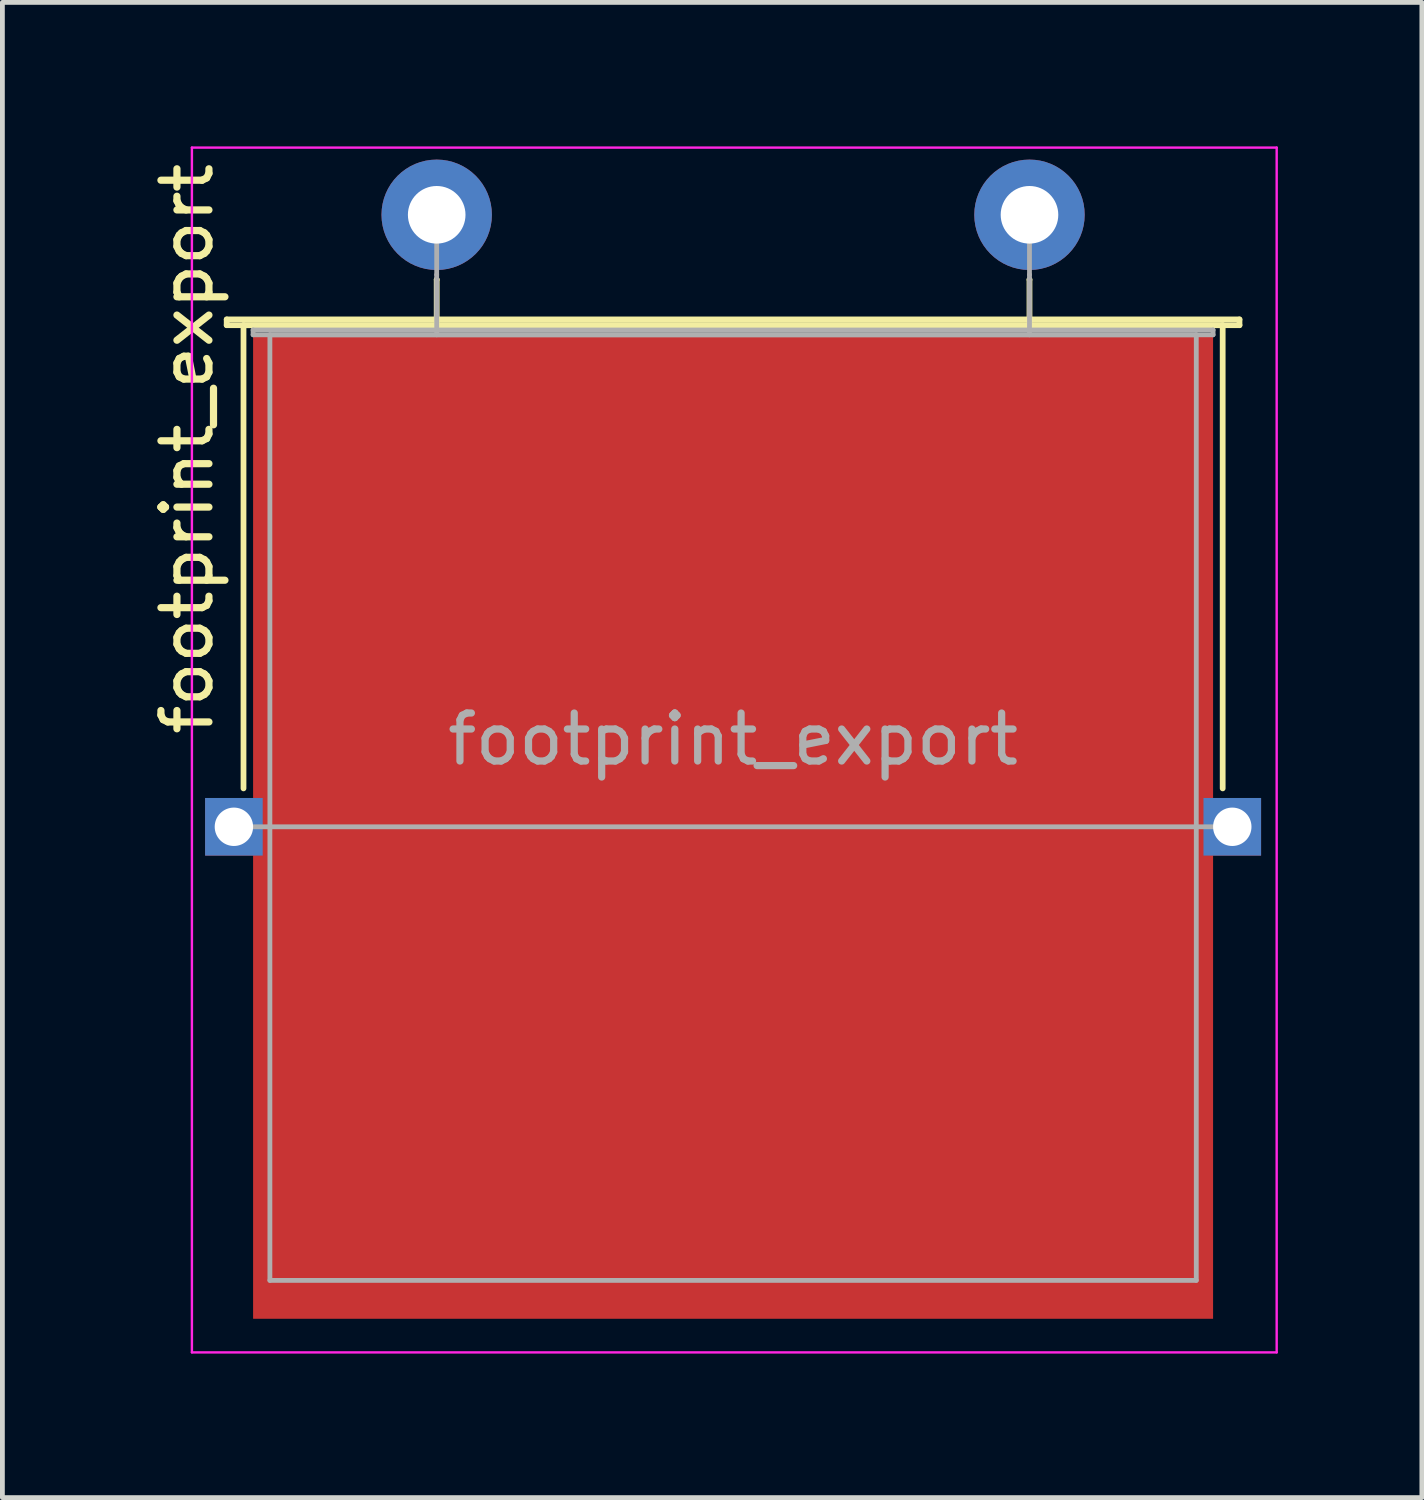
<source format=kicad_pcb>
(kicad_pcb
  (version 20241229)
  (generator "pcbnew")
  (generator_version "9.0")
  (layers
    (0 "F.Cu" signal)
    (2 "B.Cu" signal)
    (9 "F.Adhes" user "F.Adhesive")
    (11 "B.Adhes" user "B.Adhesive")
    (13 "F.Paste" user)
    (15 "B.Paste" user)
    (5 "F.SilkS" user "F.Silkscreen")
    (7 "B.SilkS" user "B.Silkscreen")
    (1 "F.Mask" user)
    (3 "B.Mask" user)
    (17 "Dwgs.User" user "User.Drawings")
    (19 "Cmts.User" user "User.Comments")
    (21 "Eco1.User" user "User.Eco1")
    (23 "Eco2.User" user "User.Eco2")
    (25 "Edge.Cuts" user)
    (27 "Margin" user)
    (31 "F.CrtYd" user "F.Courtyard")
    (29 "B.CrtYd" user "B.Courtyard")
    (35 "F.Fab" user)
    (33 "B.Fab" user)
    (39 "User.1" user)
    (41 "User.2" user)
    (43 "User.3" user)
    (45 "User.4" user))
  (footprint "footprint_export"
    (layer "F.Cu")
    (at 6.048 1.425)
    (property "Reference" "footprint_export" (at -5.2 4.875 90) (layer "F.SilkS") (effects (font (size 1 1) (thickness 0.15))))
    (attr through_hole)
    (fp_line (start -4.375 2.18) (end 16.725 2.18) (stroke (width 0.12) (type solid)) (layer "F.SilkS"))
    (fp_line (start -4.375 2.3) (end -4.375 2.18) (stroke (width 0.12) (type solid)) (layer "F.SilkS"))
    (fp_line (start -4.025 2.3) (end 16.375 2.3) (stroke (width 0.12) (type solid)) (layer "F.SilkS"))
    (fp_line (start -4.025 11.95) (end -4.025 2.3) (stroke (width 0.12) (type solid)) (layer "F.SilkS"))
    (fp_line (start 0 1.35) (end 0 1.35) (stroke (width 0.12) (type solid)) (layer "F.SilkS"))
    (fp_line (start 0 2.3) (end 0 1.35) (stroke (width 0.12) (type solid)) (layer "F.SilkS"))
    (fp_line (start 12.35 1.35) (end 12.35 1.35) (stroke (width 0.12) (type solid)) (layer "F.SilkS"))
    (fp_line (start 12.35 2.3) (end 12.35 1.35) (stroke (width 0.12) (type solid)) (layer "F.SilkS"))
    (fp_line (start 16.375 2.3) (end 16.375 11.95) (stroke (width 0.12) (type solid)) (layer "F.SilkS"))
    (fp_line (start 16.725 2.18) (end 16.725 2.3) (stroke (width 0.12) (type solid)) (layer "F.SilkS"))
    (fp_line (start 16.725 2.3) (end -4.375 2.3) (stroke (width 0.12) (type solid)) (layer "F.SilkS"))
    (fp_line (start -5.1 -1.4) (end -5.1 23.7) (stroke (width 0.05) (type solid)) (layer "F.CrtYd"))
    (fp_line (start -5.1 23.7) (end 17.5 23.7) (stroke (width 0.05) (type solid)) (layer "F.CrtYd"))
    (fp_line (start 17.5 -1.4) (end -5.1 -1.4) (stroke (width 0.05) (type solid)) (layer "F.CrtYd"))
    (fp_line (start 17.5 23.7) (end 17.5 -1.4) (stroke (width 0.05) (type solid)) (layer "F.CrtYd"))
    (fp_line (start -4.225 12.75) (end 16.575 12.75) (stroke (width 0.1) (type solid)) (layer "F.Fab"))
    (fp_line (start -3.825 2.4) (end 16.175 2.4) (stroke (width 0.1) (type solid)) (layer "F.Fab"))
    (fp_line (start -3.825 2.5) (end -3.825 2.4) (stroke (width 0.1) (type solid)) (layer "F.Fab"))
    (fp_line (start -3.475 2.5) (end -3.475 22.2) (stroke (width 0.1) (type solid)) (layer "F.Fab"))
    (fp_line (start -3.475 22.2) (end 15.825 22.2) (stroke (width 0.1) (type solid)) (layer "F.Fab"))
    (fp_line (start 0 1.25) (end 0 0) (stroke (width 0.1) (type solid)) (layer "F.Fab"))
    (fp_line (start 0 2.5) (end 0 1.25) (stroke (width 0.1) (type solid)) (layer "F.Fab"))
    (fp_line (start 12.35 1.25) (end 12.35 0) (stroke (width 0.1) (type solid)) (layer "F.Fab"))
    (fp_line (start 12.35 2.5) (end 12.35 1.25) (stroke (width 0.1) (type solid)) (layer "F.Fab"))
    (fp_line (start 15.825 2.5) (end -3.475 2.5) (stroke (width 0.1) (type solid)) (layer "F.Fab"))
    (fp_line (start 15.825 22.2) (end 15.825 2.5) (stroke (width 0.1) (type solid)) (layer "F.Fab"))
    (fp_line (start 16.175 2.4) (end 16.175 2.5) (stroke (width 0.1) (type solid)) (layer "F.Fab"))
    (fp_line (start 16.175 2.5) (end -3.825 2.5) (stroke (width 0.1) (type solid)) (layer "F.Fab"))
    (fp_text user "${REFERENCE}" (at 6.175 10.925 0) (layer "F.Fab") (effects (font (size 1 1) (thickness 0.15))))
    (pad "1" thru_hole circle (at 0 0) (size 2.3 2.3) (drill 1.2) (layers "*.Cu" "*.Mask"))
    (pad "2" thru_hole circle (at 12.35 0) (size 2.3 2.3) (drill 1.2) (layers "*.Cu" "*.Mask"))
    (pad "3" thru_hole rect (at -4.225 12.75) (size 1.2 1.2) (drill 0.8) (layers "*.Cu" "*.Mask"))
    (pad "3" smd rect (at 6.175 12.75) (size 20 20.5) (layers "F.Cu" "F.Mask" "F.Paste"))
    (pad "3" thru_hole rect (at 16.575 12.75) (size 1.2 1.2) (drill 0.8) (layers "*.Cu" "*.Mask")))
  (gr_rect
    (start -3 -3)
    (end 26.573 28.15)
    (stroke (width 0.1) (type default))
    (fill no)
    (layer "Edge.Cuts")))
</source>
